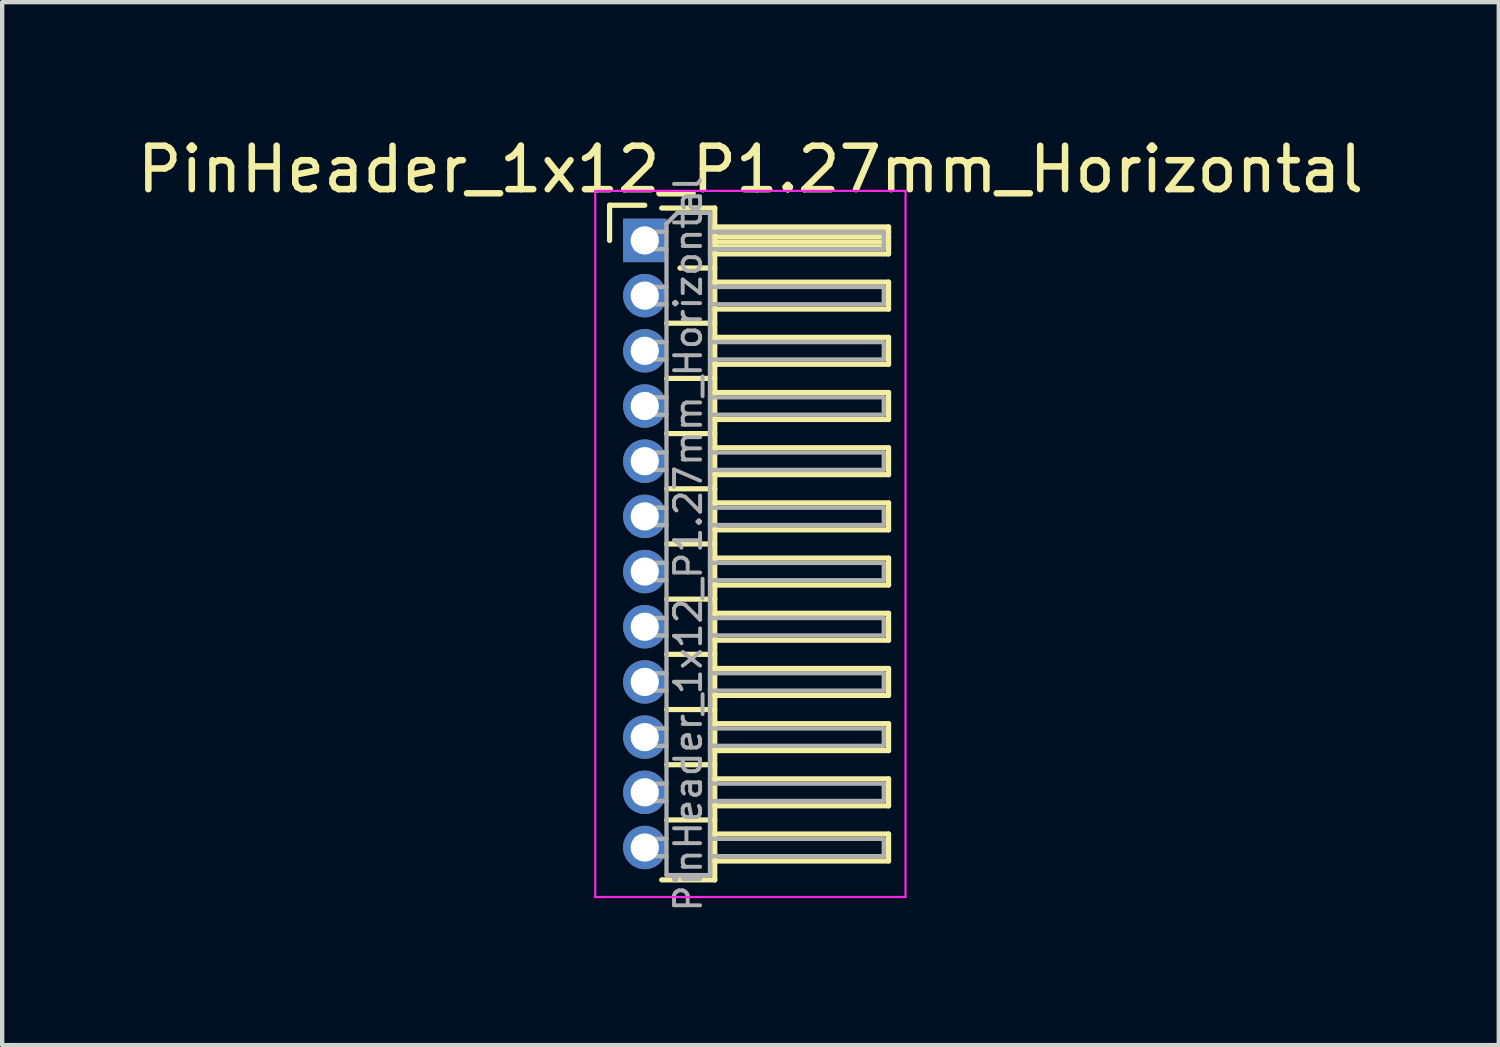
<source format=kicad_pcb>
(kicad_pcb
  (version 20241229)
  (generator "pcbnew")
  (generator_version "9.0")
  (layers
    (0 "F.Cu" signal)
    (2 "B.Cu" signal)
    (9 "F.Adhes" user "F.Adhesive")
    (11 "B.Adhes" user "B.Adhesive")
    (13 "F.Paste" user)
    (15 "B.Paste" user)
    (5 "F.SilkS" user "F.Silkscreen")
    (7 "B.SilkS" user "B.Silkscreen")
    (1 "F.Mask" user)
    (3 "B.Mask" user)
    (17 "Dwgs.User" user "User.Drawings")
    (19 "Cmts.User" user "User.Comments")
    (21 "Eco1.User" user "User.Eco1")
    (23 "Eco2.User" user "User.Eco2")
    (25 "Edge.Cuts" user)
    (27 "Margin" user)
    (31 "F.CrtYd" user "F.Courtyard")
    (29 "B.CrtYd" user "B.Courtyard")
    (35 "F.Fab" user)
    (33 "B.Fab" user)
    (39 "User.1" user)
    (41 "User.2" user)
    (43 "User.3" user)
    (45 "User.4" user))
  (footprint "PinHeader_1x12_P1.27mm_Horizontal"
    (layer "F.Cu")
    (at 11.788 2.483)
    (property "Reference" "PinHeader_1x12_P1.27mm_Horizontal" (at 2.433 -1.635 0) (layer "F.SilkS") (effects (font (size 1 1) (thickness 0.15))))
    (attr through_hole)
    (fp_line (start -0.81 -0.81) (end 0 -0.81) (stroke (width 0.12) (type solid)) (layer "F.SilkS"))
    (fp_line (start -0.81 0) (end -0.81 -0.81) (stroke (width 0.12) (type solid)) (layer "F.SilkS"))
    (fp_line (start 0.39 -0.745) (end 1.61 -0.745) (stroke (width 0.12) (type solid)) (layer "F.SilkS"))
    (fp_line (start 0.503 1.905) (end 1.61 1.905) (stroke (width 0.12) (type solid)) (layer "F.SilkS"))
    (fp_line (start 0.503 3.175) (end 1.61 3.175) (stroke (width 0.12) (type solid)) (layer "F.SilkS"))
    (fp_line (start 0.503 4.445) (end 1.61 4.445) (stroke (width 0.12) (type solid)) (layer "F.SilkS"))
    (fp_line (start 0.503 5.715) (end 1.61 5.715) (stroke (width 0.12) (type solid)) (layer "F.SilkS"))
    (fp_line (start 0.503 6.985) (end 1.61 6.985) (stroke (width 0.12) (type solid)) (layer "F.SilkS"))
    (fp_line (start 0.503 8.255) (end 1.61 8.255) (stroke (width 0.12) (type solid)) (layer "F.SilkS"))
    (fp_line (start 0.503 9.525) (end 1.61 9.525) (stroke (width 0.12) (type solid)) (layer "F.SilkS"))
    (fp_line (start 0.503 10.795) (end 1.61 10.795) (stroke (width 0.12) (type solid)) (layer "F.SilkS"))
    (fp_line (start 0.503 12.065) (end 1.61 12.065) (stroke (width 0.12) (type solid)) (layer "F.SilkS"))
    (fp_line (start 0.503 13.335) (end 1.61 13.335) (stroke (width 0.12) (type solid)) (layer "F.SilkS"))
    (fp_line (start 0.81 0.635) (end 1.61 0.635) (stroke (width 0.12) (type solid)) (layer "F.SilkS"))
    (fp_line (start 1.61 -0.745) (end 1.61 14.715) (stroke (width 0.12) (type solid)) (layer "F.SilkS"))
    (fp_line (start 1.61 -0.31) (end 5.61 -0.31) (stroke (width 0.12) (type solid)) (layer "F.SilkS"))
    (fp_line (start 1.61 -0.2) (end 5.61 -0.2) (stroke (width 0.12) (type solid)) (layer "F.SilkS"))
    (fp_line (start 1.61 -0.08) (end 5.61 -0.08) (stroke (width 0.12) (type solid)) (layer "F.SilkS"))
    (fp_line (start 1.61 0.04) (end 5.61 0.04) (stroke (width 0.12) (type solid)) (layer "F.SilkS"))
    (fp_line (start 1.61 0.16) (end 5.61 0.16) (stroke (width 0.12) (type solid)) (layer "F.SilkS"))
    (fp_line (start 1.61 0.96) (end 5.61 0.96) (stroke (width 0.12) (type solid)) (layer "F.SilkS"))
    (fp_line (start 1.61 2.23) (end 5.61 2.23) (stroke (width 0.12) (type solid)) (layer "F.SilkS"))
    (fp_line (start 1.61 3.5) (end 5.61 3.5) (stroke (width 0.12) (type solid)) (layer "F.SilkS"))
    (fp_line (start 1.61 4.77) (end 5.61 4.77) (stroke (width 0.12) (type solid)) (layer "F.SilkS"))
    (fp_line (start 1.61 6.04) (end 5.61 6.04) (stroke (width 0.12) (type solid)) (layer "F.SilkS"))
    (fp_line (start 1.61 7.31) (end 5.61 7.31) (stroke (width 0.12) (type solid)) (layer "F.SilkS"))
    (fp_line (start 1.61 8.58) (end 5.61 8.58) (stroke (width 0.12) (type solid)) (layer "F.SilkS"))
    (fp_line (start 1.61 9.85) (end 5.61 9.85) (stroke (width 0.12) (type solid)) (layer "F.SilkS"))
    (fp_line (start 1.61 11.12) (end 5.61 11.12) (stroke (width 0.12) (type solid)) (layer "F.SilkS"))
    (fp_line (start 1.61 12.39) (end 5.61 12.39) (stroke (width 0.12) (type solid)) (layer "F.SilkS"))
    (fp_line (start 1.61 13.66) (end 5.61 13.66) (stroke (width 0.12) (type solid)) (layer "F.SilkS"))
    (fp_line (start 1.61 14.715) (end 0.39 14.715) (stroke (width 0.12) (type solid)) (layer "F.SilkS"))
    (fp_line (start 5.61 -0.31) (end 5.61 0.31) (stroke (width 0.12) (type solid)) (layer "F.SilkS"))
    (fp_line (start 5.61 0.31) (end 1.61 0.31) (stroke (width 0.12) (type solid)) (layer "F.SilkS"))
    (fp_line (start 5.61 0.96) (end 5.61 1.58) (stroke (width 0.12) (type solid)) (layer "F.SilkS"))
    (fp_line (start 5.61 1.58) (end 1.61 1.58) (stroke (width 0.12) (type solid)) (layer "F.SilkS"))
    (fp_line (start 5.61 2.23) (end 5.61 2.85) (stroke (width 0.12) (type solid)) (layer "F.SilkS"))
    (fp_line (start 5.61 2.85) (end 1.61 2.85) (stroke (width 0.12) (type solid)) (layer "F.SilkS"))
    (fp_line (start 5.61 3.5) (end 5.61 4.12) (stroke (width 0.12) (type solid)) (layer "F.SilkS"))
    (fp_line (start 5.61 4.12) (end 1.61 4.12) (stroke (width 0.12) (type solid)) (layer "F.SilkS"))
    (fp_line (start 5.61 4.77) (end 5.61 5.39) (stroke (width 0.12) (type solid)) (layer "F.SilkS"))
    (fp_line (start 5.61 5.39) (end 1.61 5.39) (stroke (width 0.12) (type solid)) (layer "F.SilkS"))
    (fp_line (start 5.61 6.04) (end 5.61 6.66) (stroke (width 0.12) (type solid)) (layer "F.SilkS"))
    (fp_line (start 5.61 6.66) (end 1.61 6.66) (stroke (width 0.12) (type solid)) (layer "F.SilkS"))
    (fp_line (start 5.61 7.31) (end 5.61 7.93) (stroke (width 0.12) (type solid)) (layer "F.SilkS"))
    (fp_line (start 5.61 7.93) (end 1.61 7.93) (stroke (width 0.12) (type solid)) (layer "F.SilkS"))
    (fp_line (start 5.61 8.58) (end 5.61 9.2) (stroke (width 0.12) (type solid)) (layer "F.SilkS"))
    (fp_line (start 5.61 9.2) (end 1.61 9.2) (stroke (width 0.12) (type solid)) (layer "F.SilkS"))
    (fp_line (start 5.61 9.85) (end 5.61 10.47) (stroke (width 0.12) (type solid)) (layer "F.SilkS"))
    (fp_line (start 5.61 10.47) (end 1.61 10.47) (stroke (width 0.12) (type solid)) (layer "F.SilkS"))
    (fp_line (start 5.61 11.12) (end 5.61 11.74) (stroke (width 0.12) (type solid)) (layer "F.SilkS"))
    (fp_line (start 5.61 11.74) (end 1.61 11.74) (stroke (width 0.12) (type solid)) (layer "F.SilkS"))
    (fp_line (start 5.61 12.39) (end 5.61 13.01) (stroke (width 0.12) (type solid)) (layer "F.SilkS"))
    (fp_line (start 5.61 13.01) (end 1.61 13.01) (stroke (width 0.12) (type solid)) (layer "F.SilkS"))
    (fp_line (start 5.61 13.66) (end 5.61 14.28) (stroke (width 0.12) (type solid)) (layer "F.SilkS"))
    (fp_line (start 5.61 14.28) (end 1.61 14.28) (stroke (width 0.12) (type solid)) (layer "F.SilkS"))
    (fp_line (start -1.14 -1.14) (end -1.14 15.11) (stroke (width 0.05) (type solid)) (layer "F.CrtYd"))
    (fp_line (start -1.14 15.11) (end 6 15.11) (stroke (width 0.05) (type solid)) (layer "F.CrtYd"))
    (fp_line (start 6 -1.14) (end -1.14 -1.14) (stroke (width 0.05) (type solid)) (layer "F.CrtYd"))
    (fp_line (start 6 15.11) (end 6 -1.14) (stroke (width 0.05) (type solid)) (layer "F.CrtYd"))
    (fp_line (start -0.2 -0.2) (end -0.2 0.2) (stroke (width 0.1) (type solid)) (layer "F.Fab"))
    (fp_line (start -0.2 -0.2) (end 0.5 -0.2) (stroke (width 0.1) (type solid)) (layer "F.Fab"))
    (fp_line (start -0.2 0.2) (end 0.5 0.2) (stroke (width 0.1) (type solid)) (layer "F.Fab"))
    (fp_line (start -0.2 1.07) (end -0.2 1.47) (stroke (width 0.1) (type solid)) (layer "F.Fab"))
    (fp_line (start -0.2 1.07) (end 0.5 1.07) (stroke (width 0.1) (type solid)) (layer "F.Fab"))
    (fp_line (start -0.2 1.47) (end 0.5 1.47) (stroke (width 0.1) (type solid)) (layer "F.Fab"))
    (fp_line (start -0.2 2.34) (end -0.2 2.74) (stroke (width 0.1) (type solid)) (layer "F.Fab"))
    (fp_line (start -0.2 2.34) (end 0.5 2.34) (stroke (width 0.1) (type solid)) (layer "F.Fab"))
    (fp_line (start -0.2 2.74) (end 0.5 2.74) (stroke (width 0.1) (type solid)) (layer "F.Fab"))
    (fp_line (start -0.2 3.61) (end -0.2 4.01) (stroke (width 0.1) (type solid)) (layer "F.Fab"))
    (fp_line (start -0.2 3.61) (end 0.5 3.61) (stroke (width 0.1) (type solid)) (layer "F.Fab"))
    (fp_line (start -0.2 4.01) (end 0.5 4.01) (stroke (width 0.1) (type solid)) (layer "F.Fab"))
    (fp_line (start -0.2 4.88) (end -0.2 5.28) (stroke (width 0.1) (type solid)) (layer "F.Fab"))
    (fp_line (start -0.2 4.88) (end 0.5 4.88) (stroke (width 0.1) (type solid)) (layer "F.Fab"))
    (fp_line (start -0.2 5.28) (end 0.5 5.28) (stroke (width 0.1) (type solid)) (layer "F.Fab"))
    (fp_line (start -0.2 6.15) (end -0.2 6.55) (stroke (width 0.1) (type solid)) (layer "F.Fab"))
    (fp_line (start -0.2 6.15) (end 0.5 6.15) (stroke (width 0.1) (type solid)) (layer "F.Fab"))
    (fp_line (start -0.2 6.55) (end 0.5 6.55) (stroke (width 0.1) (type solid)) (layer "F.Fab"))
    (fp_line (start -0.2 7.42) (end -0.2 7.82) (stroke (width 0.1) (type solid)) (layer "F.Fab"))
    (fp_line (start -0.2 7.42) (end 0.5 7.42) (stroke (width 0.1) (type solid)) (layer "F.Fab"))
    (fp_line (start -0.2 7.82) (end 0.5 7.82) (stroke (width 0.1) (type solid)) (layer "F.Fab"))
    (fp_line (start -0.2 8.69) (end -0.2 9.09) (stroke (width 0.1) (type solid)) (layer "F.Fab"))
    (fp_line (start -0.2 8.69) (end 0.5 8.69) (stroke (width 0.1) (type solid)) (layer "F.Fab"))
    (fp_line (start -0.2 9.09) (end 0.5 9.09) (stroke (width 0.1) (type solid)) (layer "F.Fab"))
    (fp_line (start -0.2 9.96) (end -0.2 10.36) (stroke (width 0.1) (type solid)) (layer "F.Fab"))
    (fp_line (start -0.2 9.96) (end 0.5 9.96) (stroke (width 0.1) (type solid)) (layer "F.Fab"))
    (fp_line (start -0.2 10.36) (end 0.5 10.36) (stroke (width 0.1) (type solid)) (layer "F.Fab"))
    (fp_line (start -0.2 11.23) (end -0.2 11.63) (stroke (width 0.1) (type solid)) (layer "F.Fab"))
    (fp_line (start -0.2 11.23) (end 0.5 11.23) (stroke (width 0.1) (type solid)) (layer "F.Fab"))
    (fp_line (start -0.2 11.63) (end 0.5 11.63) (stroke (width 0.1) (type solid)) (layer "F.Fab"))
    (fp_line (start -0.2 12.5) (end -0.2 12.9) (stroke (width 0.1) (type solid)) (layer "F.Fab"))
    (fp_line (start -0.2 12.5) (end 0.5 12.5) (stroke (width 0.1) (type solid)) (layer "F.Fab"))
    (fp_line (start -0.2 12.9) (end 0.5 12.9) (stroke (width 0.1) (type solid)) (layer "F.Fab"))
    (fp_line (start -0.2 13.77) (end -0.2 14.17) (stroke (width 0.1) (type solid)) (layer "F.Fab"))
    (fp_line (start -0.2 13.77) (end 0.5 13.77) (stroke (width 0.1) (type solid)) (layer "F.Fab"))
    (fp_line (start -0.2 14.17) (end 0.5 14.17) (stroke (width 0.1) (type solid)) (layer "F.Fab"))
    (fp_line (start 0.5 -0.385) (end 0.75 -0.635) (stroke (width 0.1) (type solid)) (layer "F.Fab"))
    (fp_line (start 0.5 14.605) (end 0.5 -0.385) (stroke (width 0.1) (type solid)) (layer "F.Fab"))
    (fp_line (start 0.75 -0.635) (end 1.5 -0.635) (stroke (width 0.1) (type solid)) (layer "F.Fab"))
    (fp_line (start 1.5 -0.635) (end 1.5 14.605) (stroke (width 0.1) (type solid)) (layer "F.Fab"))
    (fp_line (start 1.5 -0.2) (end 5.5 -0.2) (stroke (width 0.1) (type solid)) (layer "F.Fab"))
    (fp_line (start 1.5 0.2) (end 5.5 0.2) (stroke (width 0.1) (type solid)) (layer "F.Fab"))
    (fp_line (start 1.5 1.07) (end 5.5 1.07) (stroke (width 0.1) (type solid)) (layer "F.Fab"))
    (fp_line (start 1.5 1.47) (end 5.5 1.47) (stroke (width 0.1) (type solid)) (layer "F.Fab"))
    (fp_line (start 1.5 2.34) (end 5.5 2.34) (stroke (width 0.1) (type solid)) (layer "F.Fab"))
    (fp_line (start 1.5 2.74) (end 5.5 2.74) (stroke (width 0.1) (type solid)) (layer "F.Fab"))
    (fp_line (start 1.5 3.61) (end 5.5 3.61) (stroke (width 0.1) (type solid)) (layer "F.Fab"))
    (fp_line (start 1.5 4.01) (end 5.5 4.01) (stroke (width 0.1) (type solid)) (layer "F.Fab"))
    (fp_line (start 1.5 4.88) (end 5.5 4.88) (stroke (width 0.1) (type solid)) (layer "F.Fab"))
    (fp_line (start 1.5 5.28) (end 5.5 5.28) (stroke (width 0.1) (type solid)) (layer "F.Fab"))
    (fp_line (start 1.5 6.15) (end 5.5 6.15) (stroke (width 0.1) (type solid)) (layer "F.Fab"))
    (fp_line (start 1.5 6.55) (end 5.5 6.55) (stroke (width 0.1) (type solid)) (layer "F.Fab"))
    (fp_line (start 1.5 7.42) (end 5.5 7.42) (stroke (width 0.1) (type solid)) (layer "F.Fab"))
    (fp_line (start 1.5 7.82) (end 5.5 7.82) (stroke (width 0.1) (type solid)) (layer "F.Fab"))
    (fp_line (start 1.5 8.69) (end 5.5 8.69) (stroke (width 0.1) (type solid)) (layer "F.Fab"))
    (fp_line (start 1.5 9.09) (end 5.5 9.09) (stroke (width 0.1) (type solid)) (layer "F.Fab"))
    (fp_line (start 1.5 9.96) (end 5.5 9.96) (stroke (width 0.1) (type solid)) (layer "F.Fab"))
    (fp_line (start 1.5 10.36) (end 5.5 10.36) (stroke (width 0.1) (type solid)) (layer "F.Fab"))
    (fp_line (start 1.5 11.23) (end 5.5 11.23) (stroke (width 0.1) (type solid)) (layer "F.Fab"))
    (fp_line (start 1.5 11.63) (end 5.5 11.63) (stroke (width 0.1) (type solid)) (layer "F.Fab"))
    (fp_line (start 1.5 12.5) (end 5.5 12.5) (stroke (width 0.1) (type solid)) (layer "F.Fab"))
    (fp_line (start 1.5 12.9) (end 5.5 12.9) (stroke (width 0.1) (type solid)) (layer "F.Fab"))
    (fp_line (start 1.5 13.77) (end 5.5 13.77) (stroke (width 0.1) (type solid)) (layer "F.Fab"))
    (fp_line (start 1.5 14.17) (end 5.5 14.17) (stroke (width 0.1) (type solid)) (layer "F.Fab"))
    (fp_line (start 1.5 14.605) (end 0.5 14.605) (stroke (width 0.1) (type solid)) (layer "F.Fab"))
    (fp_line (start 5.5 -0.2) (end 5.5 0.2) (stroke (width 0.1) (type solid)) (layer "F.Fab"))
    (fp_line (start 5.5 1.07) (end 5.5 1.47) (stroke (width 0.1) (type solid)) (layer "F.Fab"))
    (fp_line (start 5.5 2.34) (end 5.5 2.74) (stroke (width 0.1) (type solid)) (layer "F.Fab"))
    (fp_line (start 5.5 3.61) (end 5.5 4.01) (stroke (width 0.1) (type solid)) (layer "F.Fab"))
    (fp_line (start 5.5 4.88) (end 5.5 5.28) (stroke (width 0.1) (type solid)) (layer "F.Fab"))
    (fp_line (start 5.5 6.15) (end 5.5 6.55) (stroke (width 0.1) (type solid)) (layer "F.Fab"))
    (fp_line (start 5.5 7.42) (end 5.5 7.82) (stroke (width 0.1) (type solid)) (layer "F.Fab"))
    (fp_line (start 5.5 8.69) (end 5.5 9.09) (stroke (width 0.1) (type solid)) (layer "F.Fab"))
    (fp_line (start 5.5 9.96) (end 5.5 10.36) (stroke (width 0.1) (type solid)) (layer "F.Fab"))
    (fp_line (start 5.5 11.23) (end 5.5 11.63) (stroke (width 0.1) (type solid)) (layer "F.Fab"))
    (fp_line (start 5.5 12.5) (end 5.5 12.9) (stroke (width 0.1) (type solid)) (layer "F.Fab"))
    (fp_line (start 5.5 13.77) (end 5.5 14.17) (stroke (width 0.1) (type solid)) (layer "F.Fab"))
    (fp_text user "${REFERENCE}" (at 1 6.985 90) (layer "F.Fab") (effects (font (size 0.6 0.6) (thickness 0.09))))
    (pad "1" thru_hole rect (at 0 0) (size 1 1) (drill 0.65) (layers "*.Cu" "*.Mask"))
    (pad "2" thru_hole circle (at 0 1.27) (size 1 1) (drill 0.65) (layers "*.Cu" "*.Mask"))
    (pad "3" thru_hole circle (at 0 2.54) (size 1 1) (drill 0.65) (layers "*.Cu" "*.Mask"))
    (pad "4" thru_hole circle (at 0 3.81) (size 1 1) (drill 0.65) (layers "*.Cu" "*.Mask"))
    (pad "5" thru_hole circle (at 0 5.08) (size 1 1) (drill 0.65) (layers "*.Cu" "*.Mask"))
    (pad "6" thru_hole circle (at 0 6.35) (size 1 1) (drill 0.65) (layers "*.Cu" "*.Mask"))
    (pad "7" thru_hole circle (at 0 7.62) (size 1 1) (drill 0.65) (layers "*.Cu" "*.Mask"))
    (pad "8" thru_hole circle (at 0 8.89) (size 1 1) (drill 0.65) (layers "*.Cu" "*.Mask"))
    (pad "9" thru_hole circle (at 0 10.16) (size 1 1) (drill 0.65) (layers "*.Cu" "*.Mask"))
    (pad "10" thru_hole circle (at 0 11.43) (size 1 1) (drill 0.65) (layers "*.Cu" "*.Mask"))
    (pad "11" thru_hole circle (at 0 12.7) (size 1 1) (drill 0.65) (layers "*.Cu" "*.Mask"))
    (pad "12" thru_hole circle (at 0 13.97) (size 1 1) (drill 0.65) (layers "*.Cu" "*.Mask")))
  (gr_rect
    (start -3 -3)
    (end 31.44 21)
    (stroke (width 0.1) (type default))
    (fill no)
    (layer "Edge.Cuts")))
</source>
